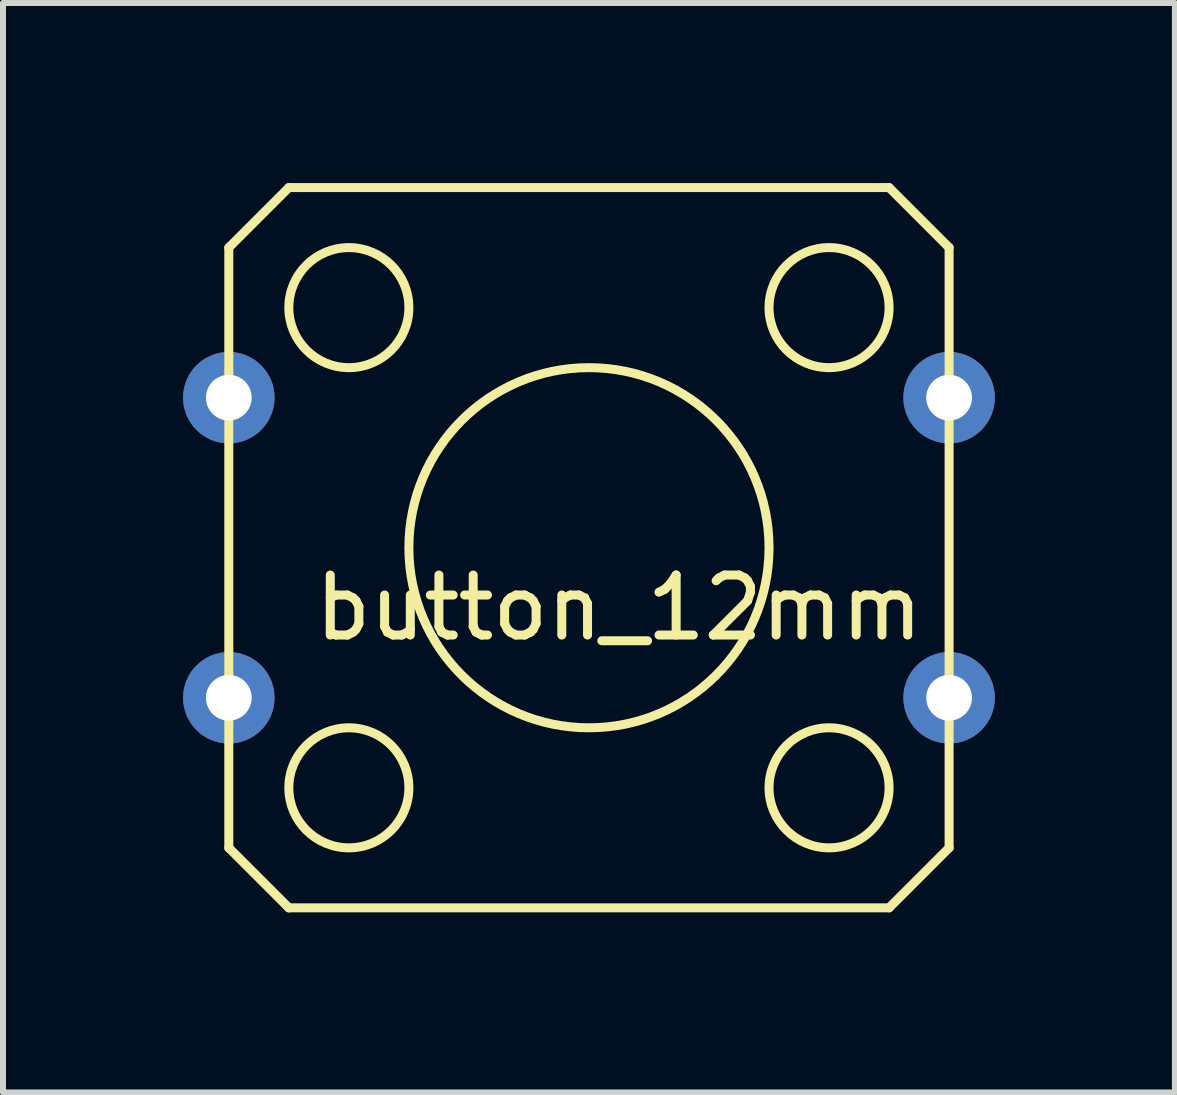
<source format=kicad_pcb>
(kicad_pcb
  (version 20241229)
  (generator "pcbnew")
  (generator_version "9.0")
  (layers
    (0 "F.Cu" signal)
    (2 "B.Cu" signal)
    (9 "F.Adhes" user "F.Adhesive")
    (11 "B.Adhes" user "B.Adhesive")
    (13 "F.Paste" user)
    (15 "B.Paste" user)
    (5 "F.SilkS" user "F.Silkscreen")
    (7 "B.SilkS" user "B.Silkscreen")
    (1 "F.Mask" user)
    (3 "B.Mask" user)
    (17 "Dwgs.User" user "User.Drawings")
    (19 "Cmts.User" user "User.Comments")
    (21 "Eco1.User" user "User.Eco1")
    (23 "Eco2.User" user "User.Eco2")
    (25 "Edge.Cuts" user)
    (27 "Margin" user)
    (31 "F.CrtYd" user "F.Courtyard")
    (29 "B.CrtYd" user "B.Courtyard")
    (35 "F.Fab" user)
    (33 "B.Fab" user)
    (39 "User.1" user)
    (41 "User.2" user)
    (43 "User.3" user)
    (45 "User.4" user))
  (footprint "button_12mm"
    (layer "F.Cu")
    (at 6.762 6.075)
    (property "Reference" "button_12mm" (at 0.5 1 0) (layer "F.SilkS") (effects (font (size 1 1) (thickness 0.15))))
    (attr through_hole)
    (fp_line (start -6 -5) (end -5 -6) (stroke (width 0.15) (type solid)) (layer "F.SilkS"))
    (fp_line (start -6 5) (end -6 -5) (stroke (width 0.15) (type solid)) (layer "F.SilkS"))
    (fp_line (start -5 6) (end -6 5) (stroke (width 0.15) (type solid)) (layer "F.SilkS"))
    (fp_line (start 5 -6) (end -5 -6) (stroke (width 0.15) (type solid)) (layer "F.SilkS"))
    (fp_line (start 5 -6) (end 6 -5) (stroke (width 0.15) (type solid)) (layer "F.SilkS"))
    (fp_line (start 5 6) (end -5 6) (stroke (width 0.15) (type solid)) (layer "F.SilkS"))
    (fp_line (start 6 -5) (end 6 5) (stroke (width 0.15) (type solid)) (layer "F.SilkS"))
    (fp_line (start 6 5) (end 5 6) (stroke (width 0.15) (type solid)) (layer "F.SilkS"))
    (fp_circle (center -4 -4) (end -3 -4) (stroke (width 0.15) (type solid)) (fill no) (layer "F.SilkS"))
    (fp_circle (center -4 4) (end -3 4) (stroke (width 0.15) (type solid)) (fill no) (layer "F.SilkS"))
    (fp_circle (center 0 0) (end 0 -3) (stroke (width 0.15) (type solid)) (fill no) (layer "F.SilkS"))
    (fp_circle (center 4 -4) (end 5 -4) (stroke (width 0.15) (type solid)) (fill no) (layer "F.SilkS"))
    (fp_circle (center 4 4) (end 5 4) (stroke (width 0.15) (type solid)) (fill no) (layer "F.SilkS"))
    (pad "4" thru_hole circle (at 6 -2.5) (size 1.524 1.524) (drill 0.762) (layers "*.Cu" "*.Mask"))
    (pad "5" thru_hole circle (at 6 2.5) (size 1.524 1.524) (drill 0.762) (layers "*.Cu" "*.Mask"))
    (pad "6" thru_hole circle (at -6 -2.5) (size 1.524 1.524) (drill 0.762) (layers "*.Cu" "*.Mask"))
    (pad "7" thru_hole circle (at -6 2.5) (size 1.524 1.524) (drill 0.762) (layers "*.Cu" "*.Mask")))
  (gr_rect
    (start -3 -3)
    (end 16.524 15.15)
    (stroke (width 0.1) (type default))
    (fill no)
    (layer "Edge.Cuts")))
</source>
